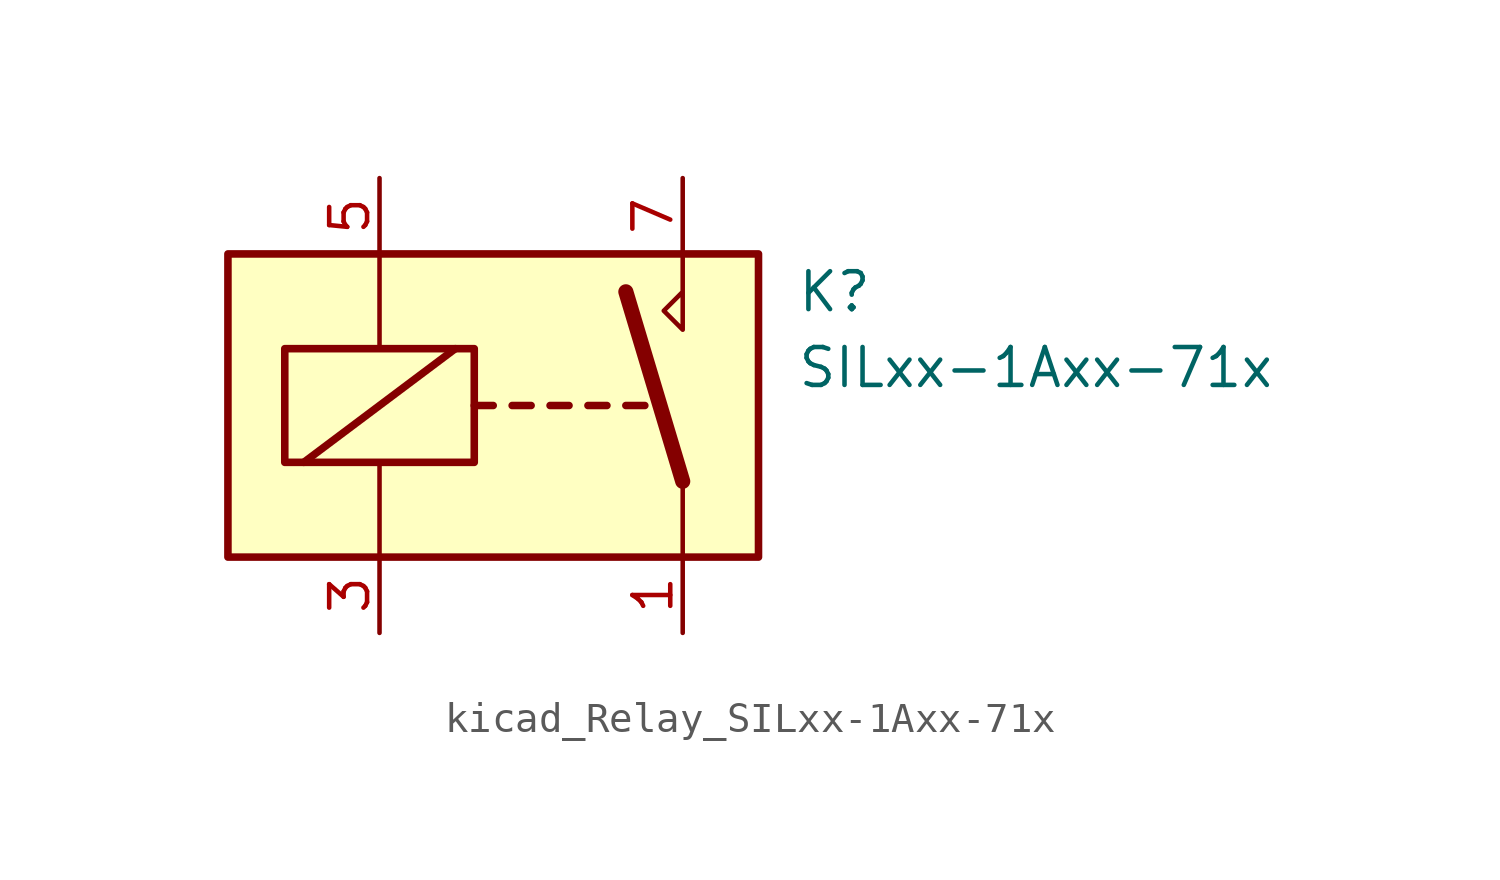
<source format=kicad_sym>
(kicad_symbol_lib
  (version 20220914)
  (generator kicad_symbol_editor)
  (symbol "kicad_Relay_SILxx-1Axx-71x"
    (property "Reference" "K"
      (at 8.89 3.81 0)
      (effects (font (size 1.27 1.27)) (justify left)))
    (property "Value" "SILxx-1Axx-71x"
      (at 8.89 1.27 0)
      (effects (font (size 1.27 1.27)) (justify left)))
    (symbol "kicad_Relay_SILxx-1Axx-71x_0_0"
      (polyline (pts (xy 5.08 5.08) (xy 5.08 2.54) (xy 4.445 3.175) (xy 5.08 3.81)) (stroke (width 0) (type default)) (fill (type none))))
    (symbol "kicad_Relay_SILxx-1Axx-71x_0_1"
      (rectangle (start -10.16 5.08) (end 7.62 -5.08) (stroke (width 0.254) (type default)) (fill (type background)))
      (rectangle (start -8.255 1.905) (end -1.905 -1.905) (stroke (width 0.254) (type default)) (fill (type none)))
      (polyline (pts (xy -7.62 -1.905) (xy -2.54 1.905)) (stroke (width 0.254) (type default)) (fill (type none)))
      (polyline (pts (xy -5.08 -5.08) (xy -5.08 -1.905)) (stroke (width 0) (type default)) (fill (type none)))
      (polyline (pts (xy -5.08 5.08) (xy -5.08 1.905)) (stroke (width 0) (type default)) (fill (type none)))
      (polyline (pts (xy -1.905 0) (xy -1.27 0)) (stroke (width 0.254) (type default)) (fill (type none)))
      (polyline (pts (xy -0.635 0) (xy 0 0)) (stroke (width 0.254) (type default)) (fill (type none)))
      (polyline (pts (xy 0.635 0) (xy 1.27 0)) (stroke (width 0.254) (type default)) (fill (type none)))
      (polyline (pts (xy 1.905 0) (xy 2.54 0)) (stroke (width 0.254) (type default)) (fill (type none)))
      (polyline (pts (xy 3.175 0) (xy 3.81 0)) (stroke (width 0.254) (type default)) (fill (type none)))
      (polyline (pts (xy 5.08 -2.54) (xy 3.175 3.81)) (stroke (width 0.508) (type default)) (fill (type none)))
      (polyline (pts (xy 5.08 -2.54) (xy 5.08 -5.08)) (stroke (width 0) (type default)) (fill (type none))))
    (symbol "kicad_Relay_SILxx-1Axx-71x_1_1"
      (pin passive line (at 5.08 -7.62 90) (length 2.54) (name "~" (effects (font (size 1.27 1.27)))) (number "1" (effects (font (size 1.27 1.27)))))
      (pin passive line (at -5.08 -7.62 90) (length 2.54) (name "~" (effects (font (size 1.27 1.27)))) (number "3" (effects (font (size 1.27 1.27)))))
      (pin passive line (at -5.08 7.62 270) (length 2.54) (name "~" (effects (font (size 1.27 1.27)))) (number "5" (effects (font (size 1.27 1.27)))))
      (pin passive line (at 5.08 7.62 270) (length 2.54) (name "~" (effects (font (size 1.27 1.27)))) (number "7" (effects (font (size 1.27 1.27))))))))
</source>
